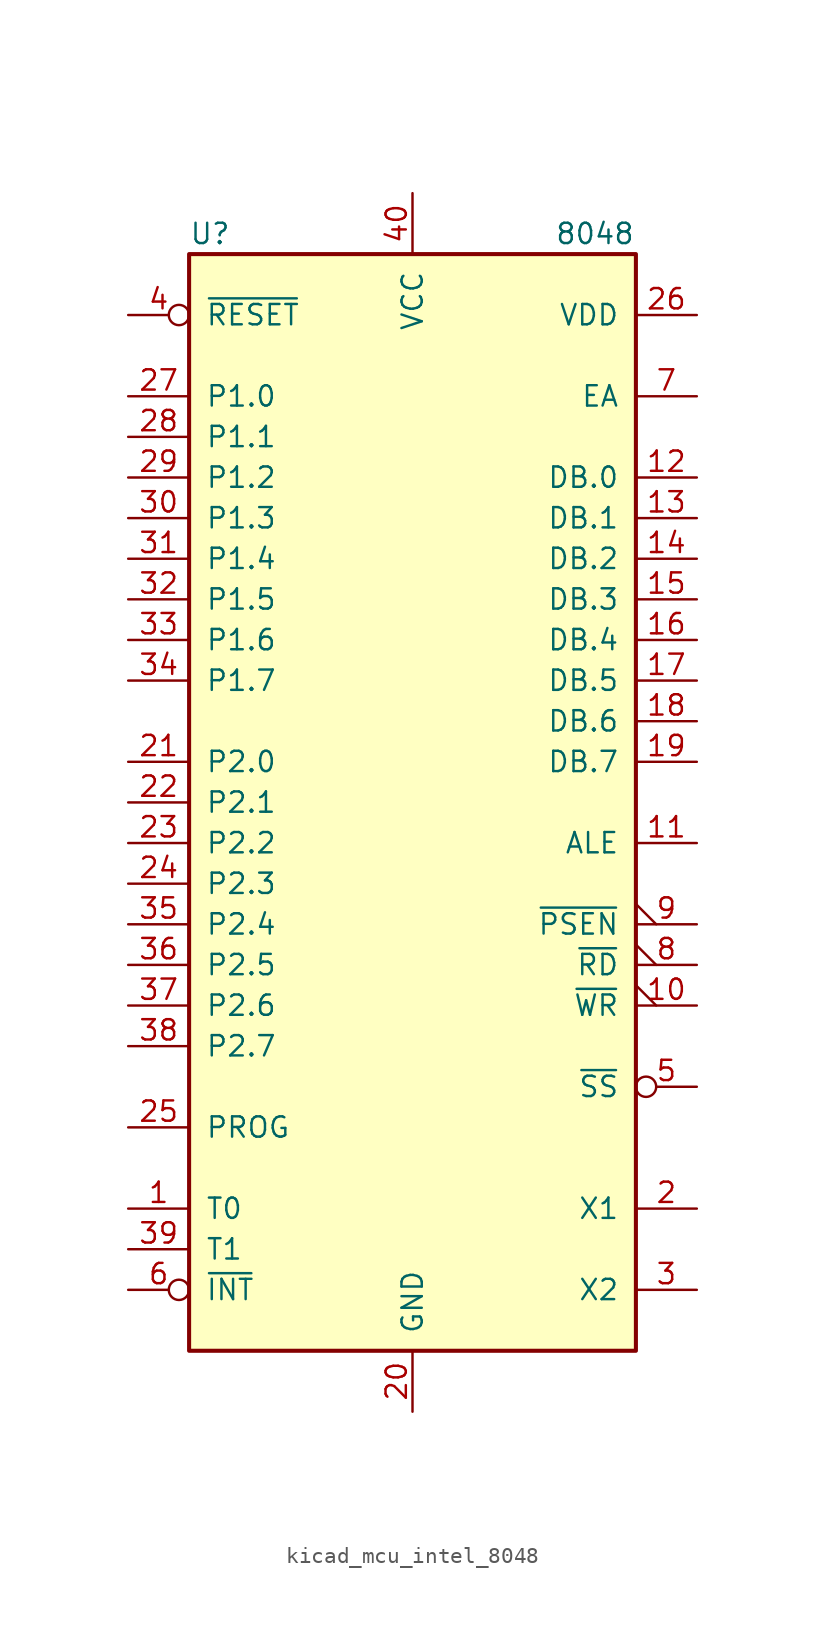
<source format=kicad_sym>
(kicad_symbol_lib
  (version 20220914)
  (generator kicad_symbol_editor)
  (symbol "kicad_mcu_intel_8048"
    (pin_names
      (offset 1.016))
    (property "Reference" "U"
      (at -13.97 35.56 0)
      (effects (font (size 1.27 1.27)) (justify left)))
    (property "Value" "8048"
      (at 8.89 35.56 0)
      (effects (font (size 1.27 1.27)) (justify left)))
    (symbol "kicad_mcu_intel_8048_1_1"
      (rectangle (start -13.97 -34.29) (end 13.97 34.29) (stroke (width 0.254) (type default)) (fill (type background)))
      (pin input line (at -17.78 -25.4 0) (length 3.81) (name "T0" (effects (font (size 1.27 1.27)))) (number "1" (effects (font (size 1.27 1.27)))))
      (pin output output_low (at 17.78 -12.7 180) (length 3.81) (name "~{WR}" (effects (font (size 1.27 1.27)))) (number "10" (effects (font (size 1.27 1.27)))))
      (pin output line (at 17.78 -2.54 180) (length 3.81) (name "ALE" (effects (font (size 1.27 1.27)))) (number "11" (effects (font (size 1.27 1.27)))))
      (pin bidirectional line (at 17.78 20.32 180) (length 3.81) (name "DB.0" (effects (font (size 1.27 1.27)))) (number "12" (effects (font (size 1.27 1.27)))))
      (pin bidirectional line (at 17.78 17.78 180) (length 3.81) (name "DB.1" (effects (font (size 1.27 1.27)))) (number "13" (effects (font (size 1.27 1.27)))))
      (pin bidirectional line (at 17.78 15.24 180) (length 3.81) (name "DB.2" (effects (font (size 1.27 1.27)))) (number "14" (effects (font (size 1.27 1.27)))))
      (pin bidirectional line (at 17.78 12.7 180) (length 3.81) (name "DB.3" (effects (font (size 1.27 1.27)))) (number "15" (effects (font (size 1.27 1.27)))))
      (pin bidirectional line (at 17.78 10.16 180) (length 3.81) (name "DB.4" (effects (font (size 1.27 1.27)))) (number "16" (effects (font (size 1.27 1.27)))))
      (pin bidirectional line (at 17.78 7.62 180) (length 3.81) (name "DB.5" (effects (font (size 1.27 1.27)))) (number "17" (effects (font (size 1.27 1.27)))))
      (pin bidirectional line (at 17.78 5.08 180) (length 3.81) (name "DB.6" (effects (font (size 1.27 1.27)))) (number "18" (effects (font (size 1.27 1.27)))))
      (pin bidirectional line (at 17.78 2.54 180) (length 3.81) (name "DB.7" (effects (font (size 1.27 1.27)))) (number "19" (effects (font (size 1.27 1.27)))))
      (pin input line (at 17.78 -25.4 180) (length 3.81) (name "X1" (effects (font (size 1.27 1.27)))) (number "2" (effects (font (size 1.27 1.27)))))
      (pin power_in line (at 0 -38.1 90) (length 3.81) (name "GND" (effects (font (size 1.27 1.27)))) (number "20" (effects (font (size 1.27 1.27)))))
      (pin bidirectional line (at -17.78 2.54 0) (length 3.81) (name "P2.0" (effects (font (size 1.27 1.27)))) (number "21" (effects (font (size 1.27 1.27)))))
      (pin bidirectional line (at -17.78 0 0) (length 3.81) (name "P2.1" (effects (font (size 1.27 1.27)))) (number "22" (effects (font (size 1.27 1.27)))))
      (pin bidirectional line (at -17.78 -2.54 0) (length 3.81) (name "P2.2" (effects (font (size 1.27 1.27)))) (number "23" (effects (font (size 1.27 1.27)))))
      (pin bidirectional line (at -17.78 -5.08 0) (length 3.81) (name "P2.3" (effects (font (size 1.27 1.27)))) (number "24" (effects (font (size 1.27 1.27)))))
      (pin output line (at -17.78 -20.32 0) (length 3.81) (name "PROG" (effects (font (size 1.27 1.27)))) (number "25" (effects (font (size 1.27 1.27)))))
      (pin power_in line (at 17.78 30.48 180) (length 3.81) (name "VDD" (effects (font (size 1.27 1.27)))) (number "26" (effects (font (size 1.27 1.27)))))
      (pin bidirectional line (at -17.78 25.4 0) (length 3.81) (name "P1.0" (effects (font (size 1.27 1.27)))) (number "27" (effects (font (size 1.27 1.27)))))
      (pin bidirectional line (at -17.78 22.86 0) (length 3.81) (name "P1.1" (effects (font (size 1.27 1.27)))) (number "28" (effects (font (size 1.27 1.27)))))
      (pin bidirectional line (at -17.78 20.32 0) (length 3.81) (name "P1.2" (effects (font (size 1.27 1.27)))) (number "29" (effects (font (size 1.27 1.27)))))
      (pin output line (at 17.78 -30.48 180) (length 3.81) (name "X2" (effects (font (size 1.27 1.27)))) (number "3" (effects (font (size 1.27 1.27)))))
      (pin bidirectional line (at -17.78 17.78 0) (length 3.81) (name "P1.3" (effects (font (size 1.27 1.27)))) (number "30" (effects (font (size 1.27 1.27)))))
      (pin bidirectional line (at -17.78 15.24 0) (length 3.81) (name "P1.4" (effects (font (size 1.27 1.27)))) (number "31" (effects (font (size 1.27 1.27)))))
      (pin bidirectional line (at -17.78 12.7 0) (length 3.81) (name "P1.5" (effects (font (size 1.27 1.27)))) (number "32" (effects (font (size 1.27 1.27)))))
      (pin bidirectional line (at -17.78 10.16 0) (length 3.81) (name "P1.6" (effects (font (size 1.27 1.27)))) (number "33" (effects (font (size 1.27 1.27)))))
      (pin bidirectional line (at -17.78 7.62 0) (length 3.81) (name "P1.7" (effects (font (size 1.27 1.27)))) (number "34" (effects (font (size 1.27 1.27)))))
      (pin bidirectional line (at -17.78 -7.62 0) (length 3.81) (name "P2.4" (effects (font (size 1.27 1.27)))) (number "35" (effects (font (size 1.27 1.27)))))
      (pin bidirectional line (at -17.78 -10.16 0) (length 3.81) (name "P2.5" (effects (font (size 1.27 1.27)))) (number "36" (effects (font (size 1.27 1.27)))))
      (pin bidirectional line (at -17.78 -12.7 0) (length 3.81) (name "P2.6" (effects (font (size 1.27 1.27)))) (number "37" (effects (font (size 1.27 1.27)))))
      (pin bidirectional line (at -17.78 -15.24 0) (length 3.81) (name "P2.7" (effects (font (size 1.27 1.27)))) (number "38" (effects (font (size 1.27 1.27)))))
      (pin input line (at -17.78 -27.94 0) (length 3.81) (name "T1" (effects (font (size 1.27 1.27)))) (number "39" (effects (font (size 1.27 1.27)))))
      (pin input inverted (at -17.78 30.48 0) (length 3.81) (name "~{RESET}" (effects (font (size 1.27 1.27)))) (number "4" (effects (font (size 1.27 1.27)))))
      (pin power_in line (at 0 38.1 270) (length 3.81) (name "VCC" (effects (font (size 1.27 1.27)))) (number "40" (effects (font (size 1.27 1.27)))))
      (pin input inverted (at 17.78 -17.78 180) (length 3.81) (name "~{SS}" (effects (font (size 1.27 1.27)))) (number "5" (effects (font (size 1.27 1.27)))))
      (pin input inverted (at -17.78 -30.48 0) (length 3.81) (name "~{INT}" (effects (font (size 1.27 1.27)))) (number "6" (effects (font (size 1.27 1.27)))))
      (pin input line (at 17.78 25.4 180) (length 3.81) (name "EA" (effects (font (size 1.27 1.27)))) (number "7" (effects (font (size 1.27 1.27)))))
      (pin output output_low (at 17.78 -10.16 180) (length 3.81) (name "~{RD}" (effects (font (size 1.27 1.27)))) (number "8" (effects (font (size 1.27 1.27)))))
      (pin output output_low (at 17.78 -7.62 180) (length 3.81) (name "~{PSEN}" (effects (font (size 1.27 1.27)))) (number "9" (effects (font (size 1.27 1.27))))))))
</source>
